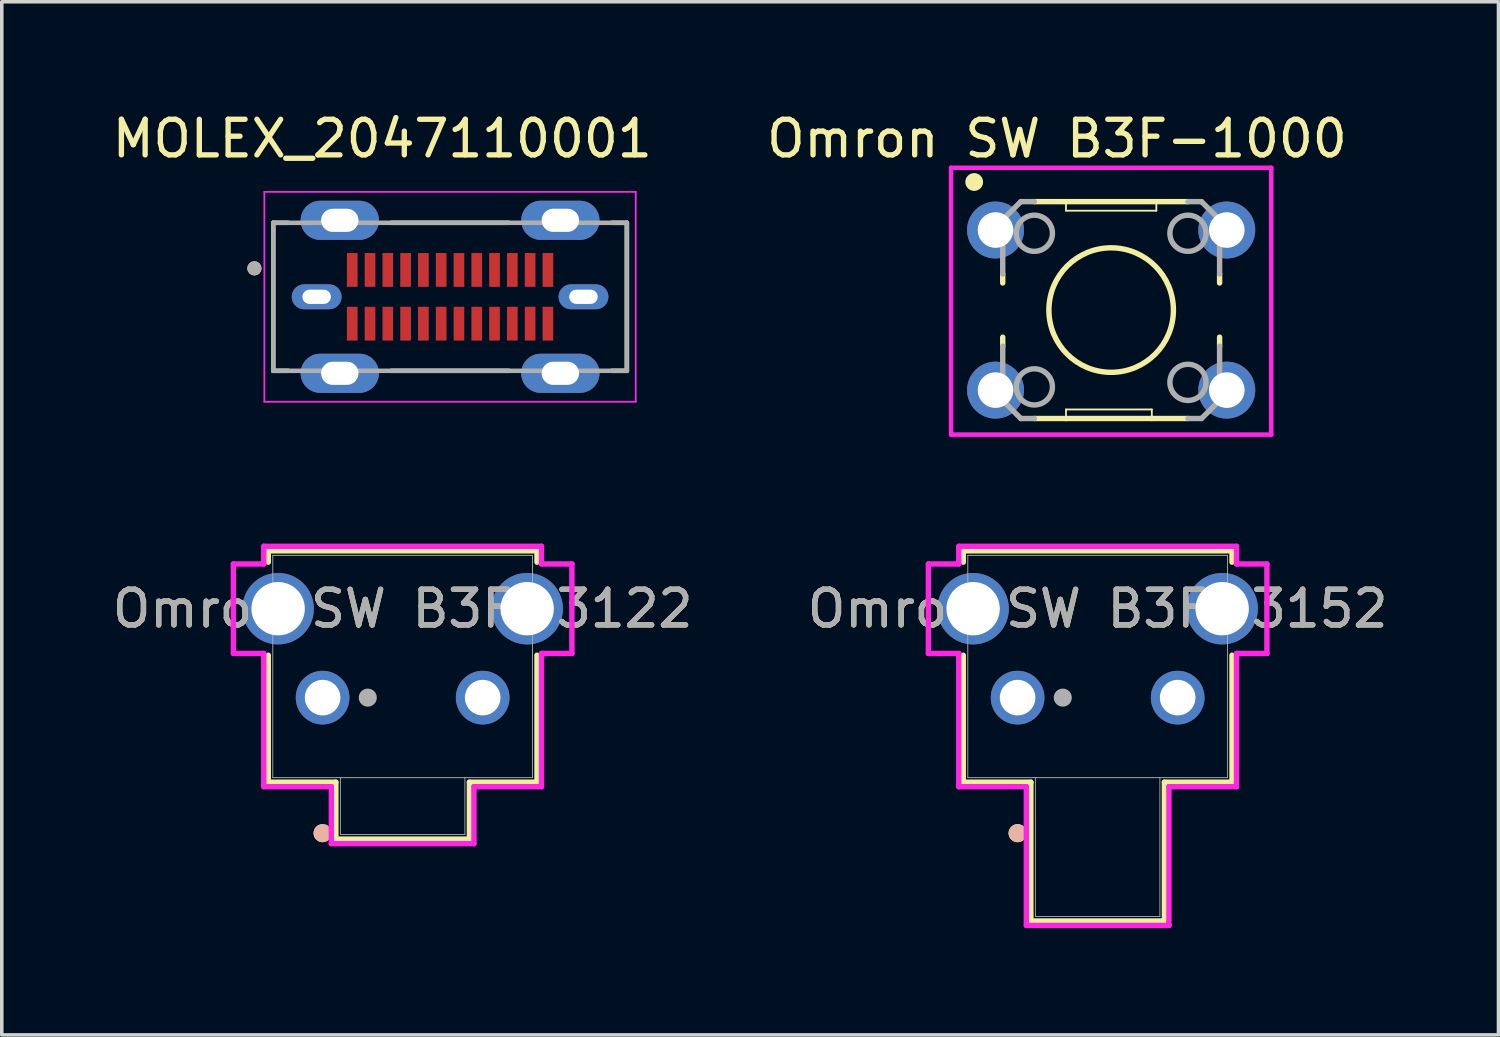
<source format=kicad_pcb>
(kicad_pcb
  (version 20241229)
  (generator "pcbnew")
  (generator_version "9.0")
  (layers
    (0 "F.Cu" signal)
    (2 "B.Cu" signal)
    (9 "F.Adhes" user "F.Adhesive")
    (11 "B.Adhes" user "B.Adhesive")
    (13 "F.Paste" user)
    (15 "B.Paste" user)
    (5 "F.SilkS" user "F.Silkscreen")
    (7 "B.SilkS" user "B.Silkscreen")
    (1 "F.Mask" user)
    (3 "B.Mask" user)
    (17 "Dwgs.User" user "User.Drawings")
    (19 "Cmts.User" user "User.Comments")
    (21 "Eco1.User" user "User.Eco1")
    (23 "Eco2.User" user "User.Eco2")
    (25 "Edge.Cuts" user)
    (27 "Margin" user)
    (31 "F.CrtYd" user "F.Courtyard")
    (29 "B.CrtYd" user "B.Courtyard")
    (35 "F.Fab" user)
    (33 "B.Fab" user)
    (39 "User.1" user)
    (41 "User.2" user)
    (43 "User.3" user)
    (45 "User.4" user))
  (footprint "MOLEX_2047110001"
    (layer "F.Cu")
    (at 9.601 5.293)
    (property "Reference" "MOLEX_2047110001" (at -1.905 -4.445 0) (layer "F.SilkS") (effects (font (size 1 1) (thickness 0.15))))
    (attr smd)
    (fp_line (start -4.97 -2.08) (end -4.55 -2.08) (stroke (width 0.127) (type solid)) (layer "F.SilkS"))
    (fp_line (start -4.97 2.08) (end -4.97 -2.08) (stroke (width 0.127) (type solid)) (layer "F.SilkS"))
    (fp_line (start -4.55 2.08) (end -4.97 2.08) (stroke (width 0.127) (type solid)) (layer "F.SilkS"))
    (fp_line (start -1.65 -2.08) (end 1.65 -2.08) (stroke (width 0.127) (type solid)) (layer "F.SilkS"))
    (fp_line (start 1.65 2.08) (end -1.65 2.08) (stroke (width 0.127) (type solid)) (layer "F.SilkS"))
    (fp_line (start 4.55 -2.08) (end 4.97 -2.08) (stroke (width 0.127) (type solid)) (layer "F.SilkS"))
    (fp_line (start 4.97 -2.08) (end 4.97 2.08) (stroke (width 0.127) (type solid)) (layer "F.SilkS"))
    (fp_line (start 4.97 2.08) (end 4.55 2.08) (stroke (width 0.127) (type solid)) (layer "F.SilkS"))
    (fp_circle (center -5.5 -0.8) (end -5.4 -0.8) (stroke (width 0.2) (type solid)) (fill no) (layer "F.SilkS"))
    (fp_line (start -5.22 -2.95) (end 5.22 -2.95) (stroke (width 0.05) (type solid)) (layer "F.CrtYd"))
    (fp_line (start -5.22 2.95) (end -5.22 -2.95) (stroke (width 0.05) (type solid)) (layer "F.CrtYd"))
    (fp_line (start 5.22 -2.95) (end 5.22 2.95) (stroke (width 0.05) (type solid)) (layer "F.CrtYd"))
    (fp_line (start 5.22 2.95) (end -5.22 2.95) (stroke (width 0.05) (type solid)) (layer "F.CrtYd"))
    (fp_line (start -4.97 -2.08) (end 4.97 -2.08) (stroke (width 0.127) (type solid)) (layer "F.Fab"))
    (fp_line (start -4.97 2.08) (end -4.97 -2.08) (stroke (width 0.127) (type solid)) (layer "F.Fab"))
    (fp_line (start 4.97 -2.08) (end 4.97 2.08) (stroke (width 0.127) (type solid)) (layer "F.Fab"))
    (fp_line (start 4.97 2.08) (end -4.97 2.08) (stroke (width 0.127) (type solid)) (layer "F.Fab"))
    (fp_circle (center -5.5 -0.8) (end -5.4 -0.8) (stroke (width 0.2) (type solid)) (fill no) (layer "F.Fab"))
    (pad "A1" smd rect (at -2.75 -0.755) (size 0.3 0.95) (layers "F.Cu" "F.Mask" "F.Paste"))
    (pad "A2" smd rect (at -2.25 -0.755) (size 0.3 0.95) (layers "F.Cu" "F.Mask" "F.Paste"))
    (pad "A3" smd rect (at -1.75 -0.755) (size 0.3 0.95) (layers "F.Cu" "F.Mask" "F.Paste"))
    (pad "A4" smd rect (at -1.25 -0.755) (size 0.3 0.95) (layers "F.Cu" "F.Mask" "F.Paste"))
    (pad "A5" smd rect (at -0.75 -0.755) (size 0.3 0.95) (layers "F.Cu" "F.Mask" "F.Paste"))
    (pad "A6" smd rect (at -0.25 -0.755) (size 0.3 0.95) (layers "F.Cu" "F.Mask" "F.Paste"))
    (pad "A7" smd rect (at 0.25 -0.755) (size 0.3 0.95) (layers "F.Cu" "F.Mask" "F.Paste"))
    (pad "A8" smd rect (at 0.75 -0.755) (size 0.3 0.95) (layers "F.Cu" "F.Mask" "F.Paste"))
    (pad "A9" smd rect (at 1.25 -0.755) (size 0.3 0.95) (layers "F.Cu" "F.Mask" "F.Paste"))
    (pad "A10" smd rect (at 1.75 -0.755) (size 0.3 0.95) (layers "F.Cu" "F.Mask" "F.Paste"))
    (pad "A11" smd rect (at 2.25 -0.755) (size 0.3 0.95) (layers "F.Cu" "F.Mask" "F.Paste"))
    (pad "A12" smd rect (at 2.75 -0.755) (size 0.3 0.95) (layers "F.Cu" "F.Mask" "F.Paste"))
    (pad "B1" smd rect (at 2.75 0.755) (size 0.3 0.95) (layers "F.Cu" "F.Mask" "F.Paste"))
    (pad "B2" smd rect (at 2.25 0.755) (size 0.3 0.95) (layers "F.Cu" "F.Mask" "F.Paste"))
    (pad "B3" smd rect (at 1.75 0.755) (size 0.3 0.95) (layers "F.Cu" "F.Mask" "F.Paste"))
    (pad "B4" smd rect (at 1.25 0.755) (size 0.3 0.95) (layers "F.Cu" "F.Mask" "F.Paste"))
    (pad "B5" smd rect (at 0.75 0.755) (size 0.3 0.95) (layers "F.Cu" "F.Mask" "F.Paste"))
    (pad "B6" smd rect (at 0.25 0.755) (size 0.3 0.95) (layers "F.Cu" "F.Mask" "F.Paste"))
    (pad "B7" smd rect (at -0.25 0.755) (size 0.3 0.95) (layers "F.Cu" "F.Mask" "F.Paste"))
    (pad "B8" smd rect (at -0.75 0.755) (size 0.3 0.95) (layers "F.Cu" "F.Mask" "F.Paste"))
    (pad "B9" smd rect (at -1.25 0.755) (size 0.3 0.95) (layers "F.Cu" "F.Mask" "F.Paste"))
    (pad "B10" smd rect (at -1.75 0.755) (size 0.3 0.95) (layers "F.Cu" "F.Mask" "F.Paste"))
    (pad "B11" smd rect (at -2.25 0.755) (size 0.3 0.95) (layers "F.Cu" "F.Mask" "F.Paste"))
    (pad "B12" smd rect (at -2.75 0.755) (size 0.3 0.95) (layers "F.Cu" "F.Mask" "F.Paste"))
    (pad "S1" thru_hole oval (at -3.1 -2.15) (size 2.2 1.1) (drill oval 1.05 0.65) (layers "*.Cu" "*.Mask"))
    (pad "S2" thru_hole oval (at 3.1 -2.15) (size 2.2 1.1) (drill oval 1.05 0.65) (layers "*.Cu" "*.Mask"))
    (pad "S3" thru_hole oval (at 3.75 0) (size 1.4 0.7) (drill oval 0.8 0.4) (layers "*.Cu" "*.Mask"))
    (pad "S4" thru_hole oval (at 3.1 2.15) (size 2.2 1.1) (drill oval 1.05 0.65) (layers "*.Cu" "*.Mask"))
    (pad "S5" thru_hole oval (at -3.1 2.15) (size 2.2 1.1) (drill oval 1.05 0.65) (layers "*.Cu" "*.Mask"))
    (pad "S6" thru_hole oval (at -3.75 0) (size 1.4 0.7) (drill oval 0.8 0.4) (layers "*.Cu" "*.Mask")))
  (footprint "Omron SW B3F-3122"
    (layer "F.Cu")
    (at 6.018 16.56)
    (property "Reference" "Omron SW B3F-3122" (at 2.25 -2.5 0) (unlocked yes) (layer "F.SilkS") (effects (font (size 1 1) (thickness 0.15))))
    (attr through_hole)
    (fp_line (start -1.527 -4.127) (end 6.027 -4.127) (stroke (width 0.152) (type solid)) (layer "F.SilkS"))
    (fp_line (start -1.527 -3.808) (end -1.527 -4.127) (stroke (width 0.152) (type solid)) (layer "F.SilkS"))
    (fp_line (start -1.527 2.377) (end -1.527 -1.192) (stroke (width 0.152) (type solid)) (layer "F.SilkS"))
    (fp_line (start 0.373 2.377) (end -1.527 2.377) (stroke (width 0.152) (type solid)) (layer "F.SilkS"))
    (fp_line (start 0.373 3.977) (end 0.373 2.377) (stroke (width 0.152) (type solid)) (layer "F.SilkS"))
    (fp_line (start 4.127 2.377) (end 4.127 3.977) (stroke (width 0.152) (type solid)) (layer "F.SilkS"))
    (fp_line (start 4.127 3.977) (end 0.373 3.977) (stroke (width 0.152) (type solid)) (layer "F.SilkS"))
    (fp_line (start 6.027 -4.127) (end 6.027 -3.808) (stroke (width 0.152) (type solid)) (layer "F.SilkS"))
    (fp_line (start 6.027 -1.192) (end 6.027 2.377) (stroke (width 0.152) (type solid)) (layer "F.SilkS"))
    (fp_line (start 6.027 2.377) (end 4.127 2.377) (stroke (width 0.152) (type solid)) (layer "F.SilkS"))
    (fp_circle (center 0 3.81) (end 0.127 3.81) (stroke (width 0.254) (type solid)) (fill no) (layer "F.SilkS"))
    (fp_circle (center 0 3.81) (end 0.127 3.81) (stroke (width 0.254) (type solid)) (fill no) (layer "B.SilkS"))
    (fp_line (start -2.508 -3.758) (end -2.508 -1.242) (stroke (width 0.152) (type solid)) (layer "F.CrtYd"))
    (fp_line (start -2.508 -1.242) (end -1.654 -1.242) (stroke (width 0.152) (type solid)) (layer "F.CrtYd"))
    (fp_line (start -1.654 -4.254) (end -1.654 -3.758) (stroke (width 0.152) (type solid)) (layer "F.CrtYd"))
    (fp_line (start -1.654 -3.758) (end -2.508 -3.758) (stroke (width 0.152) (type solid)) (layer "F.CrtYd"))
    (fp_line (start -1.654 -1.242) (end -1.654 2.504) (stroke (width 0.152) (type solid)) (layer "F.CrtYd"))
    (fp_line (start -1.654 2.504) (end 0.246 2.504) (stroke (width 0.152) (type solid)) (layer "F.CrtYd"))
    (fp_line (start 0.246 2.504) (end 0.246 4.104) (stroke (width 0.152) (type solid)) (layer "F.CrtYd"))
    (fp_line (start 0.246 4.104) (end 4.254 4.104) (stroke (width 0.152) (type solid)) (layer "F.CrtYd"))
    (fp_line (start 4.254 2.504) (end 6.154 2.504) (stroke (width 0.152) (type solid)) (layer "F.CrtYd"))
    (fp_line (start 4.254 4.104) (end 4.254 2.504) (stroke (width 0.152) (type solid)) (layer "F.CrtYd"))
    (fp_line (start 6.154 -4.254) (end -1.654 -4.254) (stroke (width 0.152) (type solid)) (layer "F.CrtYd"))
    (fp_line (start 6.154 -3.758) (end 6.154 -4.254) (stroke (width 0.152) (type solid)) (layer "F.CrtYd"))
    (fp_line (start 6.154 -1.242) (end 7.008 -1.242) (stroke (width 0.152) (type solid)) (layer "F.CrtYd"))
    (fp_line (start 6.154 2.504) (end 6.154 -1.242) (stroke (width 0.152) (type solid)) (layer "F.CrtYd"))
    (fp_line (start 7.008 -3.758) (end 6.154 -3.758) (stroke (width 0.152) (type solid)) (layer "F.CrtYd"))
    (fp_line (start 7.008 -1.242) (end 7.008 -3.758) (stroke (width 0.152) (type solid)) (layer "F.CrtYd"))
    (fp_line (start -1.4 -4) (end -1.4 2.25) (stroke (width 0.025) (type solid)) (layer "F.Fab"))
    (fp_line (start 0.5 2.25) (end 0.5 3.85) (stroke (width 0.025) (type solid)) (layer "F.Fab"))
    (fp_line (start 0.5 3.85) (end 4 3.85) (stroke (width 0.025) (type solid)) (layer "F.Fab"))
    (fp_line (start 4 3.85) (end 4 2.25) (stroke (width 0.025) (type solid)) (layer "F.Fab"))
    (fp_line (start 5.9 -4) (end -1.4 -4) (stroke (width 0.025) (type solid)) (layer "F.Fab"))
    (fp_line (start 5.9 -4) (end 5.9 2.25) (stroke (width 0.025) (type solid)) (layer "F.Fab"))
    (fp_line (start 5.9 2.25) (end -1.4 2.25) (stroke (width 0.025) (type solid)) (layer "F.Fab"))
    (fp_circle (center 1.27 0) (end 1.397 0) (stroke (width 0.254) (type solid)) (fill no) (layer "F.Fab"))
    (fp_text user "${REFERENCE}" (at 2.25 -2.5 0) (unlocked yes) (layer "F.Fab") (effects (font (size 1 1) (thickness 0.15))))
    (pad "1" thru_hole circle (at 0 0) (size 1.508 1.508) (drill 1) (layers "*.Cu" "*.Mask"))
    (pad "2" thru_hole circle (at 4.5 0) (size 1.508 1.508) (drill 1) (layers "*.Cu" "*.Mask"))
    (pad "3" thru_hole circle (at -1.25 -2.5) (size 2.008 2.008) (drill 1.5) (layers "*.Cu" "*.Mask"))
    (pad "4" thru_hole circle (at 5.75 -2.5) (size 2.008 2.008) (drill 1.5) (layers "*.Cu" "*.Mask")))
  (footprint "Omron SW B3F-1000"
    (layer "F.Cu")
    (at 28.184 5.666)
    (property "Reference" "Omron SW B3F-1000" (at -1.523 -4.818 0) (layer "F.SilkS") (effects (font (size 1 1) (thickness 0.15))))
    (attr through_hole)
    (fp_line (start -3.048 -0.762) (end -3.048 -1.016) (stroke (width 0.152) (type solid)) (layer "F.SilkS"))
    (fp_line (start -3.048 0.762) (end -3.048 1.016) (stroke (width 0.152) (type solid)) (layer "F.SilkS"))
    (fp_line (start -2.159 3.048) (end -1.27 3.048) (stroke (width 0.152) (type solid)) (layer "F.SilkS"))
    (fp_line (start -1.27 -3.048) (end -2.159 -3.048) (stroke (width 0.152) (type solid)) (layer "F.SilkS"))
    (fp_line (start -1.27 -3.048) (end -1.27 -2.794) (stroke (width 0.051) (type solid)) (layer "F.SilkS"))
    (fp_line (start -1.27 2.794) (end -1.27 3.048) (stroke (width 0.051) (type solid)) (layer "F.SilkS"))
    (fp_line (start -1.27 3.048) (end 1.143 3.048) (stroke (width 0.152) (type solid)) (layer "F.SilkS"))
    (fp_line (start 1.143 2.794) (end -1.27 2.794) (stroke (width 0.051) (type solid)) (layer "F.SilkS"))
    (fp_line (start 1.143 2.794) (end 1.143 3.048) (stroke (width 0.051) (type solid)) (layer "F.SilkS"))
    (fp_line (start 1.143 3.048) (end 2.159 3.048) (stroke (width 0.152) (type solid)) (layer "F.SilkS"))
    (fp_line (start 1.27 -3.048) (end -1.27 -3.048) (stroke (width 0.152) (type solid)) (layer "F.SilkS"))
    (fp_line (start 1.27 -2.794) (end -1.27 -2.794) (stroke (width 0.051) (type solid)) (layer "F.SilkS"))
    (fp_line (start 1.27 -2.794) (end 1.27 -3.048) (stroke (width 0.051) (type solid)) (layer "F.SilkS"))
    (fp_line (start 2.159 -3.048) (end 1.27 -3.048) (stroke (width 0.152) (type solid)) (layer "F.SilkS"))
    (fp_line (start 3.048 -0.762) (end 3.048 -1.016) (stroke (width 0.152) (type solid)) (layer "F.SilkS"))
    (fp_line (start 3.048 0.762) (end 3.048 1.016) (stroke (width 0.152) (type solid)) (layer "F.SilkS"))
    (fp_circle (center -3.85 -3.6) (end -3.6 -3.6) (stroke (width 0) (type solid)) (fill yes) (layer "F.SilkS"))
    (fp_circle (center 0 0) (end 1.75 0) (stroke (width 0.152) (type solid)) (fill no) (layer "F.SilkS"))
    (fp_line (start -4.5 -4) (end 4.5 -4) (stroke (width 0.127) (type solid)) (layer "F.CrtYd"))
    (fp_line (start -4.5 3.5) (end -4.5 -4) (stroke (width 0.127) (type solid)) (layer "F.CrtYd"))
    (fp_line (start 4.5 -4) (end 4.5 3.5) (stroke (width 0.127) (type solid)) (layer "F.CrtYd"))
    (fp_line (start 4.5 3.5) (end -4.5 3.5) (stroke (width 0.127) (type solid)) (layer "F.CrtYd"))
    (fp_line (start -3.048 -2.54) (end -3.048 -1.016) (stroke (width 0.152) (type solid)) (layer "F.Fab"))
    (fp_line (start -3.048 2.54) (end -3.048 1.016) (stroke (width 0.152) (type solid)) (layer "F.Fab"))
    (fp_line (start -2.54 -3.048) (end -3.048 -2.54) (stroke (width 0.152) (type solid)) (layer "F.Fab"))
    (fp_line (start -2.54 -3.048) (end -2.159 -3.048) (stroke (width 0.152) (type solid)) (layer "F.Fab"))
    (fp_line (start -2.54 3.048) (end -3.048 2.54) (stroke (width 0.152) (type solid)) (layer "F.Fab"))
    (fp_line (start -2.54 3.048) (end -2.159 3.048) (stroke (width 0.152) (type solid)) (layer "F.Fab"))
    (fp_line (start 2.54 -3.048) (end 2.159 -3.048) (stroke (width 0.152) (type solid)) (layer "F.Fab"))
    (fp_line (start 2.54 3.048) (end 2.159 3.048) (stroke (width 0.152) (type solid)) (layer "F.Fab"))
    (fp_line (start 2.54 3.048) (end 3.048 2.54) (stroke (width 0.152) (type solid)) (layer "F.Fab"))
    (fp_line (start 3.048 -2.54) (end 2.54 -3.048) (stroke (width 0.152) (type solid)) (layer "F.Fab"))
    (fp_line (start 3.048 -1.016) (end 3.048 -2.54) (stroke (width 0.152) (type solid)) (layer "F.Fab"))
    (fp_line (start 3.048 2.54) (end 3.048 1.016) (stroke (width 0.152) (type solid)) (layer "F.Fab"))
    (fp_circle (center -2.159 -2.159) (end -1.651 -2.159) (stroke (width 0.152) (type solid)) (fill no) (layer "F.Fab"))
    (fp_circle (center -2.159 2.159) (end -1.651 2.159) (stroke (width 0.152) (type solid)) (fill no) (layer "F.Fab"))
    (fp_circle (center 2.159 -2.159) (end 2.667 -2.159) (stroke (width 0.152) (type solid)) (fill no) (layer "F.Fab"))
    (fp_circle (center 2.159 2.032) (end 2.667 2.032) (stroke (width 0.152) (type solid)) (fill no) (layer "F.Fab"))
    (pad "1" thru_hole circle (at -3.25 -2.25) (size 1.6 1.6) (drill 1) (layers "*.Cu" "*.Mask"))
    (pad "2" thru_hole circle (at 3.25 -2.25) (size 1.6 1.6) (drill 1) (layers "*.Cu" "*.Mask"))
    (pad "3" thru_hole circle (at -3.25 2.25) (size 1.6 1.6) (drill 1) (layers "*.Cu" "*.Mask"))
    (pad "4" thru_hole circle (at 3.25 2.25) (size 1.6 1.6) (drill 1) (layers "*.Cu" "*.Mask")))
  (footprint "Omron SW B3F-3152"
    (layer "F.Cu")
    (at 25.554 16.56)
    (property "Reference" "Omron SW B3F-3152" (at 2.25 -2.5 0) (unlocked yes) (layer "F.SilkS") (effects (font (size 1 1) (thickness 0.15))))
    (attr through_hole)
    (fp_line (start -1.527 -4.127) (end 6.027 -4.127) (stroke (width 0.152) (type solid)) (layer "F.SilkS"))
    (fp_line (start -1.527 -3.808) (end -1.527 -4.127) (stroke (width 0.152) (type solid)) (layer "F.SilkS"))
    (fp_line (start -1.527 2.377) (end -1.527 -1.192) (stroke (width 0.152) (type solid)) (layer "F.SilkS"))
    (fp_line (start 0.373 2.377) (end -1.527 2.377) (stroke (width 0.152) (type solid)) (layer "F.SilkS"))
    (fp_line (start 0.373 6.277) (end 0.373 2.377) (stroke (width 0.152) (type solid)) (layer "F.SilkS"))
    (fp_line (start 4.127 2.377) (end 4.127 6.277) (stroke (width 0.152) (type solid)) (layer "F.SilkS"))
    (fp_line (start 4.127 6.277) (end 0.373 6.277) (stroke (width 0.152) (type solid)) (layer "F.SilkS"))
    (fp_line (start 6.027 -4.127) (end 6.027 -3.808) (stroke (width 0.152) (type solid)) (layer "F.SilkS"))
    (fp_line (start 6.027 -1.192) (end 6.027 2.377) (stroke (width 0.152) (type solid)) (layer "F.SilkS"))
    (fp_line (start 6.027 2.377) (end 4.127 2.377) (stroke (width 0.152) (type solid)) (layer "F.SilkS"))
    (fp_circle (center 0 3.81) (end 0.127 3.81) (stroke (width 0.254) (type solid)) (fill no) (layer "F.SilkS"))
    (fp_circle (center 0 3.81) (end 0.127 3.81) (stroke (width 0.254) (type solid)) (fill no) (layer "B.SilkS"))
    (fp_line (start -2.508 -3.758) (end -2.508 -1.242) (stroke (width 0.152) (type solid)) (layer "F.CrtYd"))
    (fp_line (start -2.508 -1.242) (end -1.654 -1.242) (stroke (width 0.152) (type solid)) (layer "F.CrtYd"))
    (fp_line (start -1.654 -4.254) (end -1.654 -3.758) (stroke (width 0.152) (type solid)) (layer "F.CrtYd"))
    (fp_line (start -1.654 -3.758) (end -2.508 -3.758) (stroke (width 0.152) (type solid)) (layer "F.CrtYd"))
    (fp_line (start -1.654 -1.242) (end -1.654 2.504) (stroke (width 0.152) (type solid)) (layer "F.CrtYd"))
    (fp_line (start -1.654 2.504) (end 0.246 2.504) (stroke (width 0.152) (type solid)) (layer "F.CrtYd"))
    (fp_line (start 0.246 2.504) (end 0.246 6.404) (stroke (width 0.152) (type solid)) (layer "F.CrtYd"))
    (fp_line (start 0.246 6.404) (end 4.254 6.404) (stroke (width 0.152) (type solid)) (layer "F.CrtYd"))
    (fp_line (start 4.254 2.504) (end 6.154 2.504) (stroke (width 0.152) (type solid)) (layer "F.CrtYd"))
    (fp_line (start 4.254 6.404) (end 4.254 2.504) (stroke (width 0.152) (type solid)) (layer "F.CrtYd"))
    (fp_line (start 6.154 -4.254) (end -1.654 -4.254) (stroke (width 0.152) (type solid)) (layer "F.CrtYd"))
    (fp_line (start 6.154 -3.758) (end 6.154 -4.254) (stroke (width 0.152) (type solid)) (layer "F.CrtYd"))
    (fp_line (start 6.154 -1.242) (end 7.008 -1.242) (stroke (width 0.152) (type solid)) (layer "F.CrtYd"))
    (fp_line (start 6.154 2.504) (end 6.154 -1.242) (stroke (width 0.152) (type solid)) (layer "F.CrtYd"))
    (fp_line (start 7.008 -3.758) (end 6.154 -3.758) (stroke (width 0.152) (type solid)) (layer "F.CrtYd"))
    (fp_line (start 7.008 -1.242) (end 7.008 -3.758) (stroke (width 0.152) (type solid)) (layer "F.CrtYd"))
    (fp_line (start -1.4 -4) (end -1.4 2.25) (stroke (width 0.025) (type solid)) (layer "F.Fab"))
    (fp_line (start 0.5 2.25) (end 0.5 6.15) (stroke (width 0.025) (type solid)) (layer "F.Fab"))
    (fp_line (start 0.5 6.15) (end 4 6.15) (stroke (width 0.025) (type solid)) (layer "F.Fab"))
    (fp_line (start 4 6.15) (end 4 2.25) (stroke (width 0.025) (type solid)) (layer "F.Fab"))
    (fp_line (start 5.9 -4) (end -1.4 -4) (stroke (width 0.025) (type solid)) (layer "F.Fab"))
    (fp_line (start 5.9 -4) (end 5.9 2.25) (stroke (width 0.025) (type solid)) (layer "F.Fab"))
    (fp_line (start 5.9 2.25) (end -1.4 2.25) (stroke (width 0.025) (type solid)) (layer "F.Fab"))
    (fp_circle (center 1.27 0) (end 1.397 0) (stroke (width 0.254) (type solid)) (fill no) (layer "F.Fab"))
    (fp_text user "${REFERENCE}" (at 2.25 -2.5 0) (unlocked yes) (layer "F.Fab") (effects (font (size 1 1) (thickness 0.15))))
    (pad "1" thru_hole circle (at 0 0) (size 1.508 1.508) (drill 1) (layers "*.Cu" "*.Mask"))
    (pad "2" thru_hole circle (at 4.5 0) (size 1.508 1.508) (drill 1) (layers "*.Cu" "*.Mask"))
    (pad "3" thru_hole circle (at -1.25 -2.5) (size 2.008 2.008) (drill 1.5) (layers "*.Cu" "*.Mask"))
    (pad "4" thru_hole circle (at 5.75 -2.5) (size 2.008 2.008) (drill 1.5) (layers "*.Cu" "*.Mask")))
  (gr_rect
    (start -3 -3)
    (end 39.071 26.04)
    (stroke (width 0.1) (type default))
    (fill no)
    (layer "Edge.Cuts")))
</source>
